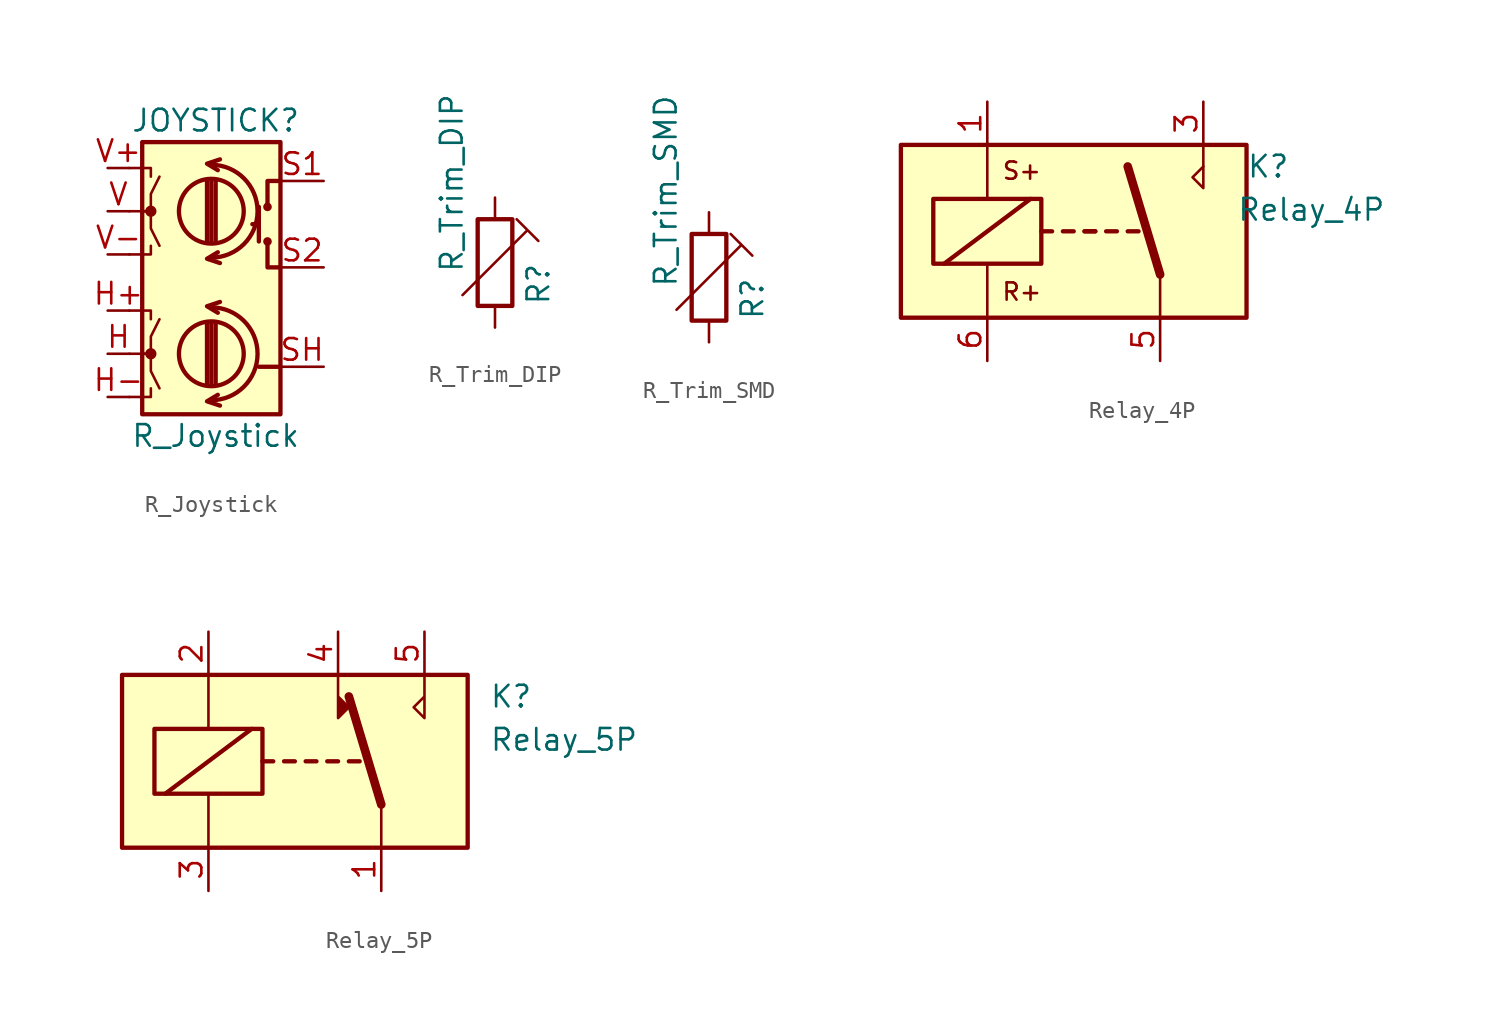
<source format=kicad_sym>
(kicad_symbol_lib
  (version 20211014)
  (generator kicad_symbol_editor)
  (symbol "R_Joystick"
    (pin_names
      (offset 0.254) hide)
    (property "Reference" "JOYSTICK"
      (at 0.254 9.398 0)
      (effects (font (size 1.27 1.27))))
    (property "Value" "R_Joystick"
      (at 0.254 -9.144 0)
      (effects (font (size 1.27 1.27))))
    (symbol "R_Joystick_0_1"
      (rectangle (start -4.064 8.128) (end 4.064 -7.874) (stroke (width 0.254) (type default) (color 0 0 0 0)) (fill (type background)))
      (circle (center -3.556 -4.318) (radius 0.254) (stroke (width 0) (type default) (color 0 0 0 0)) (fill (type outline)))
      (circle (center -3.556 4.064) (radius 0.254) (stroke (width 0) (type default) (color 0 0 0 0)) (fill (type outline)))
      (arc (start -0.0127 -7.0485) (mid 2.7305 -4.318) (end -0.0127 -1.5875) (stroke (width 0.254) (type default) (color 0 0 0 0)) (fill (type none)))
      (arc (start -0.0127 1.3335) (mid 2.7305 4.064) (end -0.0127 6.7945) (stroke (width 0.254) (type default) (color 0 0 0 0)) (fill (type none)))
      (circle (center 0 -4.318) (radius 1.905) (stroke (width 0.254) (type default) (color 0 0 0 0)) (fill (type none)))
      (polyline (pts (xy -0.254 -6.096) (xy -0.254 -2.54)) (stroke (width 0.254) (type default) (color 0 0 0 0)) (fill (type none)))
      (polyline (pts (xy -0.254 2.286) (xy -0.254 5.842)) (stroke (width 0.254) (type default) (color 0 0 0 0)) (fill (type none)))
      (polyline (pts (xy 0 -6.096) (xy 0 -2.54)) (stroke (width 0.254) (type default) (color 0 0 0 0)) (fill (type none)))
      (polyline (pts (xy 0 2.286) (xy 0 5.842)) (stroke (width 0.254) (type default) (color 0 0 0 0)) (fill (type none)))
      (polyline (pts (xy 0.254 -2.54) (xy 0.254 -6.096)) (stroke (width 0.254) (type default) (color 0 0 0 0)) (fill (type none)))
      (polyline (pts (xy 0.254 5.842) (xy 0.254 2.286)) (stroke (width 0.254) (type default) (color 0 0 0 0)) (fill (type none)))
      (polyline (pts (xy 2.794 3.302) (xy 2.413 3.302)) (stroke (width 0.254) (type default) (color 0 0 0 0)) (fill (type none)))
      (polyline (pts (xy 2.794 4.318) (xy 2.794 2.286)) (stroke (width 0.254) (type default) (color 0 0 0 0)) (fill (type none)))
      (polyline (pts (xy -4.826 -6.858) (xy -3.556 -6.858) (xy -3.556 -6.35)) (stroke (width 0) (type default) (color 0 0 0 0)) (fill (type none)))
      (polyline (pts (xy -4.826 -1.778) (xy -3.556 -1.778) (xy -3.556 -2.286)) (stroke (width 0) (type default) (color 0 0 0 0)) (fill (type none)))
      (polyline (pts (xy -4.826 1.524) (xy -3.556 1.524) (xy -3.556 2.032)) (stroke (width 0) (type default) (color 0 0 0 0)) (fill (type none)))
      (polyline (pts (xy -4.826 6.604) (xy -3.556 6.604) (xy -3.556 6.096)) (stroke (width 0) (type default) (color 0 0 0 0)) (fill (type none)))
      (polyline (pts (xy 0.508 -7.366) (xy -0.254 -7.112) (xy 0.381 -6.731)) (stroke (width 0.254) (type default) (color 0 0 0 0)) (fill (type none)))
      (polyline (pts (xy 0.508 -1.27) (xy -0.254 -1.524) (xy 0.381 -1.905)) (stroke (width 0.254) (type default) (color 0 0 0 0)) (fill (type none)))
      (polyline (pts (xy 0.508 1.016) (xy -0.254 1.27) (xy 0.381 1.651)) (stroke (width 0.254) (type default) (color 0 0 0 0)) (fill (type none)))
      (polyline (pts (xy 0.508 7.112) (xy -0.254 6.858) (xy 0.381 6.477)) (stroke (width 0.254) (type default) (color 0 0 0 0)) (fill (type none)))
      (polyline (pts (xy 4.064 -5.08) (xy 3.302 -5.08) (xy 2.794 -5.08)) (stroke (width 0.254) (type default) (color 0 0 0 0)) (fill (type none)))
      (polyline (pts (xy 4.064 0.762) (xy 3.302 0.762) (xy 3.302 2.286)) (stroke (width 0.254) (type default) (color 0 0 0 0)) (fill (type none)))
      (polyline (pts (xy 4.064 5.842) (xy 3.302 5.842) (xy 3.302 4.318)) (stroke (width 0.254) (type default) (color 0 0 0 0)) (fill (type none)))
      (polyline (pts (xy -4.826 -4.318) (xy -3.556 -4.318) (xy -3.556 -5.334) (xy -3.048 -6.35)) (stroke (width 0) (type default) (color 0 0 0 0)) (fill (type none)))
      (polyline (pts (xy -4.826 4.064) (xy -3.556 4.064) (xy -3.556 3.048) (xy -3.048 2.032)) (stroke (width 0) (type default) (color 0 0 0 0)) (fill (type none)))
      (polyline (pts (xy -4.064 -4.318) (xy -3.556 -4.318) (xy -3.556 -3.302) (xy -3.048 -2.286)) (stroke (width 0) (type default) (color 0 0 0 0)) (fill (type none)))
      (polyline (pts (xy -4.064 4.064) (xy -3.556 4.064) (xy -3.556 5.08) (xy -3.048 6.096)) (stroke (width 0) (type default) (color 0 0 0 0)) (fill (type none)))
      (circle (center 0 4.064) (radius 1.905) (stroke (width 0.254) (type default) (color 0 0 0 0)) (fill (type none)))
      (circle (center 3.302 2.286) (radius 0.127) (stroke (width 0.254) (type default) (color 0 0 0 0)) (fill (type none)))
      (circle (center 3.302 4.318) (radius 0.127) (stroke (width 0.254) (type default) (color 0 0 0 0)) (fill (type none))))
    (symbol "R_Joystick_1_1"
      (pin passive line (at -6.096 -4.318 0) (length 1.27) (name "H" (effects (font (size 1.27 1.27)))) (number "H" (effects (font (size 1.27 1.27)))))
      (pin passive line (at -6.096 -1.778 0) (length 1.27) (name "H+" (effects (font (size 1.27 1.27)))) (number "H+" (effects (font (size 1.27 1.27)))))
      (pin passive line (at -6.096 -6.858 0) (length 1.27) (name "H-" (effects (font (size 1.27 1.27)))) (number "H-" (effects (font (size 1.27 1.27)))))
      (pin passive line (at 6.604 5.842 180) (length 2.54) (name "S1" (effects (font (size 1.27 1.27)))) (number "S1" (effects (font (size 1.27 1.27)))))
      (pin passive line (at 6.604 0.762 180) (length 2.54) (name "S2" (effects (font (size 1.27 1.27)))) (number "S2" (effects (font (size 1.27 1.27)))))
      (pin passive line (at 6.604 -5.08 180) (length 2.54) (name "SH" (effects (font (size 1.27 1.27)))) (number "SH" (effects (font (size 1.27 1.27)))))
      (pin passive line (at -6.096 4.064 0) (length 1.27) (name "V" (effects (font (size 1.27 1.27)))) (number "V" (effects (font (size 1.27 1.27)))))
      (pin passive line (at -6.096 6.604 0) (length 1.27) (name "V+" (effects (font (size 1.27 1.27)))) (number "V+" (effects (font (size 1.27 1.27)))))
      (pin passive line (at -6.096 1.524 0) (length 1.27) (name "V-" (effects (font (size 1.27 1.27)))) (number "V-" (effects (font (size 1.27 1.27)))))))
  (symbol "R_Trim_DIP"
    (pin_numbers hide)
    (pin_names
      (offset 0))
    (property "Reference" "R"
      (at 2.54 -2.54 90)
      (effects (font (size 1.27 1.27)) (justify left)))
    (property "Value" "R_Trim_DIP"
      (at -2.54 -0.635 90)
      (effects (font (size 1.27 1.27)) (justify left)))
    (symbol "R_Trim_DIP_0_1"
      (rectangle (start -1.016 -2.54) (end 1.016 2.54) (stroke (width 0.254) (type default) (color 0 0 0 0)) (fill (type none)))
      (polyline (pts (xy -1.905 -1.905) (xy 1.905 1.905) (xy 2.54 1.27) (xy 1.27 2.54)) (stroke (width 0) (type default) (color 0 0 0 0)) (fill (type none))))
    (symbol "R_Trim_DIP_1_1"
      (pin passive line (at 0 3.81 270) (length 1.27) (name "~" (effects (font (size 1.27 1.27)))) (number "1" (effects (font (size 1.27 1.27)))))
      (pin passive line (at 0 -3.81 90) (length 1.27) (name "~" (effects (font (size 1.27 1.27)))) (number "2" (effects (font (size 1.27 1.27)))))))
  (symbol "R_Trim_SMD"
    (pin_numbers hide)
    (pin_names
      (offset 0))
    (property "Reference" "R"
      (at 2.54 -2.54 90)
      (effects (font (size 1.27 1.27)) (justify left)))
    (property "Value" "R_Trim_SMD"
      (at -2.54 -0.635 90)
      (effects (font (size 1.27 1.27)) (justify left)))
    (symbol "R_Trim_SMD_0_1"
      (rectangle (start -1.016 -2.54) (end 1.016 2.54) (stroke (width 0.254) (type default) (color 0 0 0 0)) (fill (type none)))
      (polyline (pts (xy -1.905 -1.905) (xy 1.905 1.905) (xy 2.54 1.27) (xy 1.27 2.54)) (stroke (width 0) (type default) (color 0 0 0 0)) (fill (type none))))
    (symbol "R_Trim_SMD_1_1"
      (pin passive line (at 0 3.81 270) (length 1.27) (name "~" (effects (font (size 1.27 1.27)))) (number "1" (effects (font (size 1.27 1.27)))))
      (pin passive line (at 0 -3.81 90) (length 1.27) (name "~" (effects (font (size 1.27 1.27)))) (number "2" (effects (font (size 1.27 1.27)))))))
  (symbol "Relay_4P"
    (property "Reference" "K"
      (at 11.43 3.81 0)
      (effects (font (size 1.27 1.27))))
    (property "Value" "Relay_4P"
      (at 13.97 1.27 0)
      (effects (font (size 1.27 1.27))))
    (symbol "Relay_4P_1_1"
      (rectangle (start -10.16 5.08) (end 10.16 -5.08) (stroke (width 0.254) (type default) (color 0 0 0 0)) (fill (type background)))
      (rectangle (start -8.255 1.905) (end -1.905 -1.905) (stroke (width 0.254) (type default) (color 0 0 0 0)) (fill (type none)))
      (polyline (pts (xy -7.62 -1.905) (xy -2.54 1.905)) (stroke (width 0.254) (type default) (color 0 0 0 0)) (fill (type none)))
      (polyline (pts (xy -5.08 -5.08) (xy -5.08 -1.905)) (stroke (width 0) (type default) (color 0 0 0 0)) (fill (type none)))
      (polyline (pts (xy -5.08 5.08) (xy -5.08 1.905)) (stroke (width 0) (type default) (color 0 0 0 0)) (fill (type none)))
      (polyline (pts (xy -1.905 0) (xy -1.27 0)) (stroke (width 0.254) (type default) (color 0 0 0 0)) (fill (type none)))
      (polyline (pts (xy -0.635 0) (xy 0 0)) (stroke (width 0.254) (type default) (color 0 0 0 0)) (fill (type none)))
      (polyline (pts (xy 0.635 0) (xy 1.27 0)) (stroke (width 0.254) (type default) (color 0 0 0 0)) (fill (type none)))
      (polyline (pts (xy 0.635 0) (xy 1.27 0)) (stroke (width 0.254) (type default) (color 0 0 0 0)) (fill (type none)))
      (polyline (pts (xy 1.905 0) (xy 2.54 0)) (stroke (width 0.254) (type default) (color 0 0 0 0)) (fill (type none)))
      (polyline (pts (xy 3.175 0) (xy 3.81 0)) (stroke (width 0.254) (type default) (color 0 0 0 0)) (fill (type none)))
      (polyline (pts (xy 5.08 -2.54) (xy 3.175 3.81)) (stroke (width 0.508) (type default) (color 0 0 0 0)) (fill (type none)))
      (polyline (pts (xy 5.08 -2.54) (xy 5.08 -5.08)) (stroke (width 0) (type default) (color 0 0 0 0)) (fill (type none)))
      (polyline (pts (xy 7.62 3.81) (xy 7.62 5.08)) (stroke (width 0) (type default) (color 0 0 0 0)) (fill (type none)))
      (polyline (pts (xy 7.62 3.81) (xy 7.62 2.54) (xy 6.985 3.175) (xy 7.62 3.81)) (stroke (width 0) (type default) (color 0 0 0 0)) (fill (type none)))
      (text "R+" (at -3.048 -3.556 0) (effects (font (size 1.016 1.016))))
      (text "S+" (at -3.048 3.556 0) (effects (font (size 1.016 1.016))))
      (pin passive line (at -5.08 7.62 270) (length 2.54) (name "~" (effects (font (size 1.27 1.27)))) (number "1" (effects (font (size 1.27 1.27)))))
      (pin passive line (at 7.62 7.62 270) (length 2.54) (name "~" (effects (font (size 1.27 1.27)))) (number "3" (effects (font (size 1.27 1.27)))))
      (pin passive line (at 5.08 -7.62 90) (length 2.54) (name "~" (effects (font (size 1.27 1.27)))) (number "5" (effects (font (size 1.27 1.27)))))
      (pin passive line (at -5.08 -7.62 90) (length 2.54) (name "~" (effects (font (size 1.27 1.27)))) (number "6" (effects (font (size 1.27 1.27)))))))
  (symbol "Relay_5P"
    (property "Reference" "K"
      (at 11.43 3.81 0)
      (effects (font (size 1.27 1.27)) (justify left)))
    (property "Value" "Relay_5P"
      (at 11.43 1.27 0)
      (effects (font (size 1.27 1.27)) (justify left)))
    (symbol "Relay_5P_0_0"
      (polyline (pts (xy 7.62 5.08) (xy 7.62 2.54) (xy 6.985 3.175) (xy 7.62 3.81)) (stroke (width 0) (type default) (color 0 0 0 0)) (fill (type none))))
    (symbol "Relay_5P_0_1"
      (rectangle (start -10.16 5.08) (end 10.16 -5.08) (stroke (width 0.254) (type default) (color 0 0 0 0)) (fill (type background)))
      (rectangle (start -8.255 1.905) (end -1.905 -1.905) (stroke (width 0.254) (type default) (color 0 0 0 0)) (fill (type none)))
      (polyline (pts (xy -7.62 -1.905) (xy -2.54 1.905)) (stroke (width 0.254) (type default) (color 0 0 0 0)) (fill (type none)))
      (polyline (pts (xy -5.08 -5.08) (xy -5.08 -1.905)) (stroke (width 0) (type default) (color 0 0 0 0)) (fill (type none)))
      (polyline (pts (xy -5.08 5.08) (xy -5.08 1.905)) (stroke (width 0) (type default) (color 0 0 0 0)) (fill (type none)))
      (polyline (pts (xy -1.905 0) (xy -1.27 0)) (stroke (width 0.254) (type default) (color 0 0 0 0)) (fill (type none)))
      (polyline (pts (xy -0.635 0) (xy 0 0)) (stroke (width 0.254) (type default) (color 0 0 0 0)) (fill (type none)))
      (polyline (pts (xy 0.635 0) (xy 1.27 0)) (stroke (width 0.254) (type default) (color 0 0 0 0)) (fill (type none)))
      (polyline (pts (xy 1.905 0) (xy 2.54 0)) (stroke (width 0.254) (type default) (color 0 0 0 0)) (fill (type none)))
      (polyline (pts (xy 3.175 0) (xy 3.81 0)) (stroke (width 0.254) (type default) (color 0 0 0 0)) (fill (type none)))
      (polyline (pts (xy 5.08 -2.54) (xy 3.175 3.81)) (stroke (width 0.508) (type default) (color 0 0 0 0)) (fill (type none)))
      (polyline (pts (xy 5.08 -2.54) (xy 5.08 -5.08)) (stroke (width 0) (type default) (color 0 0 0 0)) (fill (type none)))
      (polyline (pts (xy 2.54 5.08) (xy 2.54 2.54) (xy 3.175 3.175) (xy 2.54 3.81)) (stroke (width 0) (type default) (color 0 0 0 0)) (fill (type outline))))
    (symbol "Relay_5P_1_1"
      (pin passive line (at 5.08 -7.62 90) (length 2.54) (name "~" (effects (font (size 1.27 1.27)))) (number "1" (effects (font (size 1.27 1.27)))))
      (pin passive line (at -5.08 7.62 270) (length 2.54) (name "~" (effects (font (size 1.27 1.27)))) (number "2" (effects (font (size 1.27 1.27)))))
      (pin passive line (at -5.08 -7.62 90) (length 2.54) (name "~" (effects (font (size 1.27 1.27)))) (number "3" (effects (font (size 1.27 1.27)))))
      (pin passive line (at 2.54 7.62 270) (length 2.54) (name "~" (effects (font (size 1.27 1.27)))) (number "4" (effects (font (size 1.27 1.27)))))
      (pin passive line (at 7.62 7.62 270) (length 2.54) (name "~" (effects (font (size 1.27 1.27)))) (number "5" (effects (font (size 1.27 1.27))))))))
</source>
